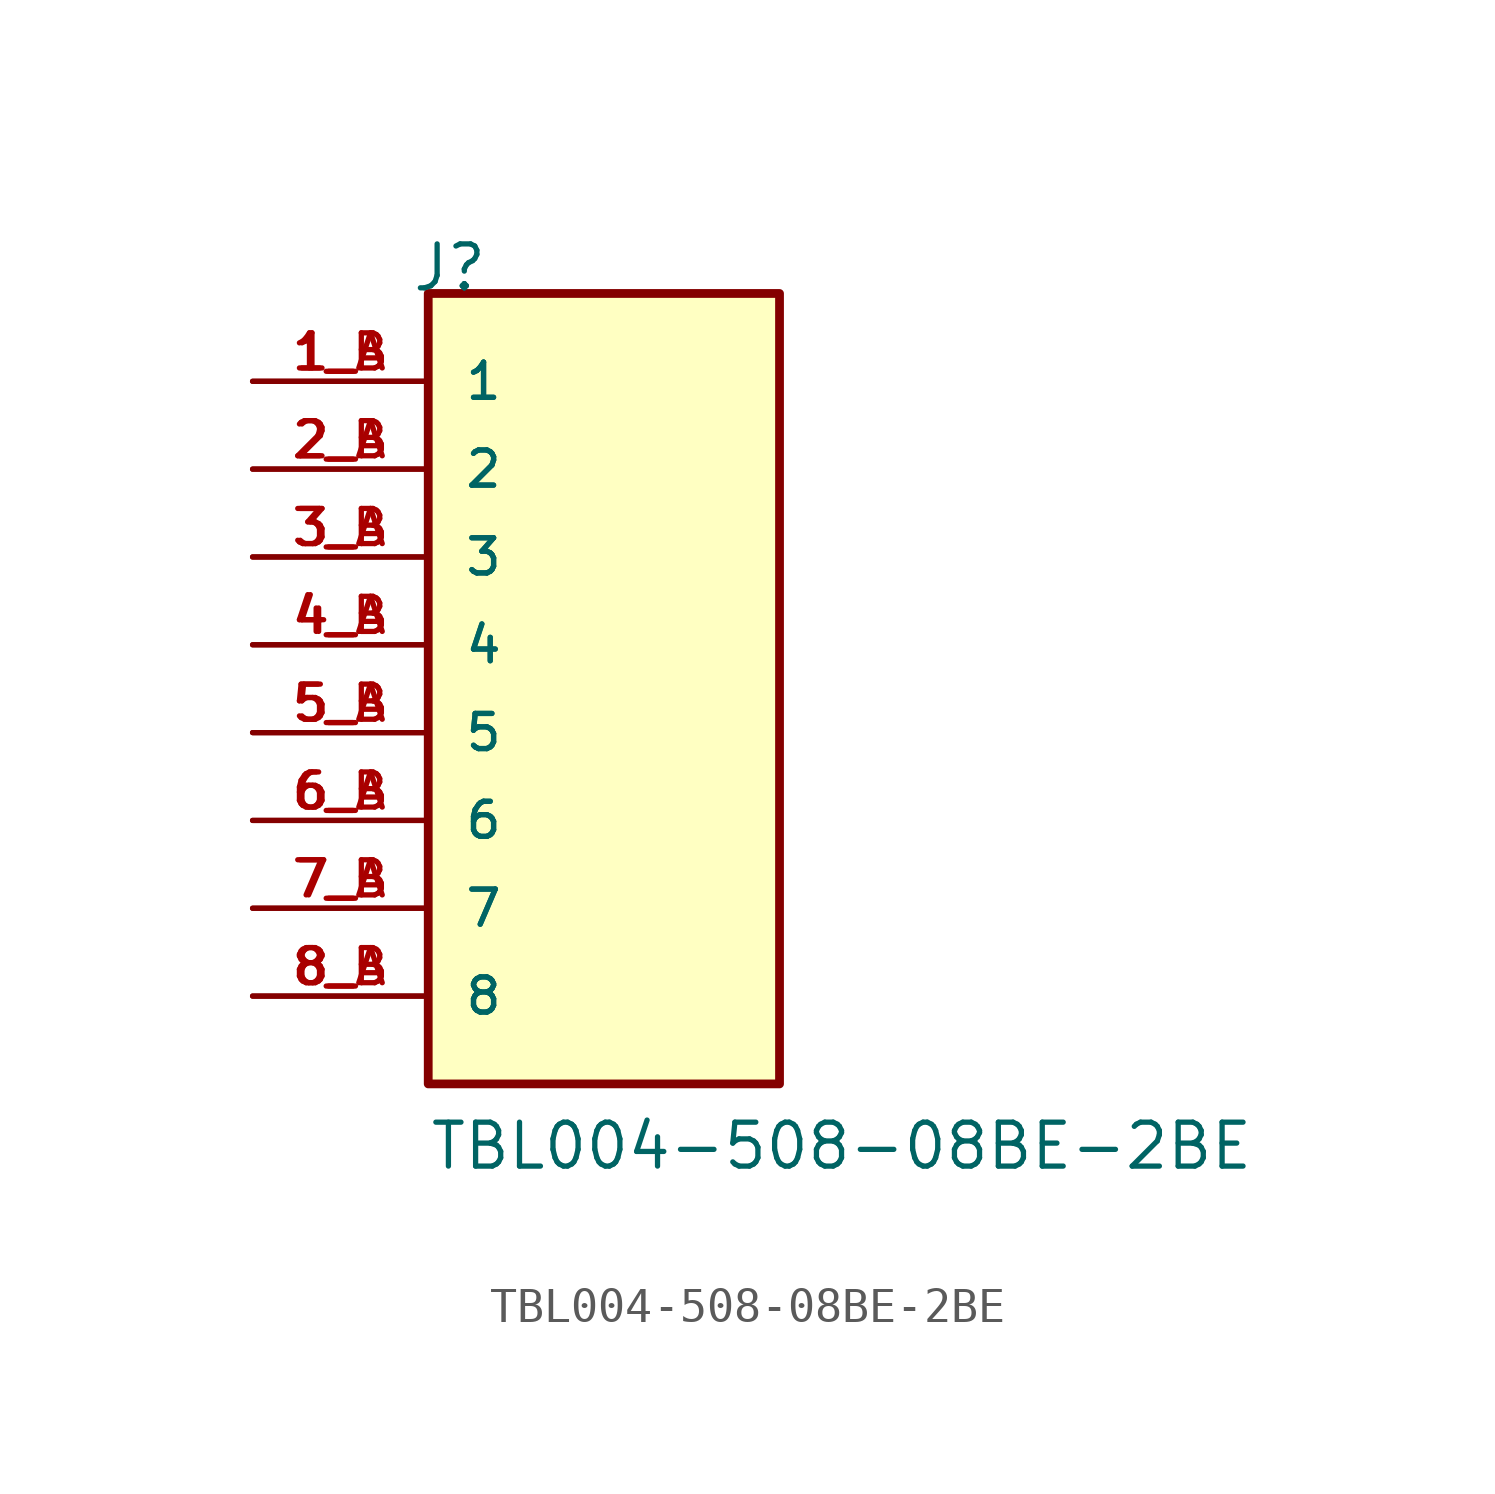
<source format=kicad_sym>
(kicad_symbol_lib
  (version 20211014)
  (generator kicad_symbol_editor)
  (symbol "TBL004-508-08BE-2BE"
    (pin_names
      (offset 1.016))
    (property "Reference" "J"
      (at -5.588 12.7 0)
      (effects (font (size 1.27 1.27)) (justify left bottom)))
    (property "Value" "TBL004-508-08BE-2BE"
      (at -5.08 -12.7 0)
      (effects (font (size 1.27 1.27)) (justify left bottom)))
    (property "ki_locked" ""
      (at 0 0 0)
      (effects (font (size 1.27 1.27))))
    (symbol "TBL004-508-08BE-2BE_0_0"
      (rectangle (start -5.08 -10.16) (end 5.08 12.7) (stroke (width 0.254) (type default) (color 0 0 0 0)) (fill (type background)))
      (pin passive line (at -10.16 10.16 0) (length 5.08) (name "1" (effects (font (size 1.016 1.016)))) (number "1_A" (effects (font (size 1.016 1.016)))))
      (pin passive line (at -10.16 10.16 0) (length 5.08) (name "1" (effects (font (size 1.016 1.016)))) (number "1_B" (effects (font (size 1.016 1.016)))))
      (pin passive line (at -10.16 7.62 0) (length 5.08) (name "2" (effects (font (size 1.016 1.016)))) (number "2_A" (effects (font (size 1.016 1.016)))))
      (pin passive line (at -10.16 7.62 0) (length 5.08) (name "2" (effects (font (size 1.016 1.016)))) (number "2_B" (effects (font (size 1.016 1.016)))))
      (pin passive line (at -10.16 5.08 0) (length 5.08) (name "3" (effects (font (size 1.016 1.016)))) (number "3_A" (effects (font (size 1.016 1.016)))))
      (pin passive line (at -10.16 5.08 0) (length 5.08) (name "3" (effects (font (size 1.016 1.016)))) (number "3_B" (effects (font (size 1.016 1.016)))))
      (pin passive line (at -10.16 2.54 0) (length 5.08) (name "4" (effects (font (size 1.016 1.016)))) (number "4_A" (effects (font (size 1.016 1.016)))))
      (pin passive line (at -10.16 2.54 0) (length 5.08) (name "4" (effects (font (size 1.016 1.016)))) (number "4_B" (effects (font (size 1.016 1.016)))))
      (pin passive line (at -10.16 0 0) (length 5.08) (name "5" (effects (font (size 1.016 1.016)))) (number "5_A" (effects (font (size 1.016 1.016)))))
      (pin passive line (at -10.16 0 0) (length 5.08) (name "5" (effects (font (size 1.016 1.016)))) (number "5_B" (effects (font (size 1.016 1.016)))))
      (pin passive line (at -10.16 -2.54 0) (length 5.08) (name "6" (effects (font (size 1.016 1.016)))) (number "6_A" (effects (font (size 1.016 1.016)))))
      (pin passive line (at -10.16 -2.54 0) (length 5.08) (name "6" (effects (font (size 1.016 1.016)))) (number "6_B" (effects (font (size 1.016 1.016)))))
      (pin passive line (at -10.16 -5.08 0) (length 5.08) (name "7" (effects (font (size 1.016 1.016)))) (number "7_A" (effects (font (size 1.016 1.016)))))
      (pin passive line (at -10.16 -5.08 0) (length 5.08) (name "7" (effects (font (size 1.016 1.016)))) (number "7_B" (effects (font (size 1.016 1.016)))))
      (pin passive line (at -10.16 -7.62 0) (length 5.08) (name "8" (effects (font (size 1.016 1.016)))) (number "8_A" (effects (font (size 1.016 1.016)))))
      (pin passive line (at -10.16 -7.62 0) (length 5.08) (name "8" (effects (font (size 1.016 1.016)))) (number "8_B" (effects (font (size 1.016 1.016))))))))
</source>
